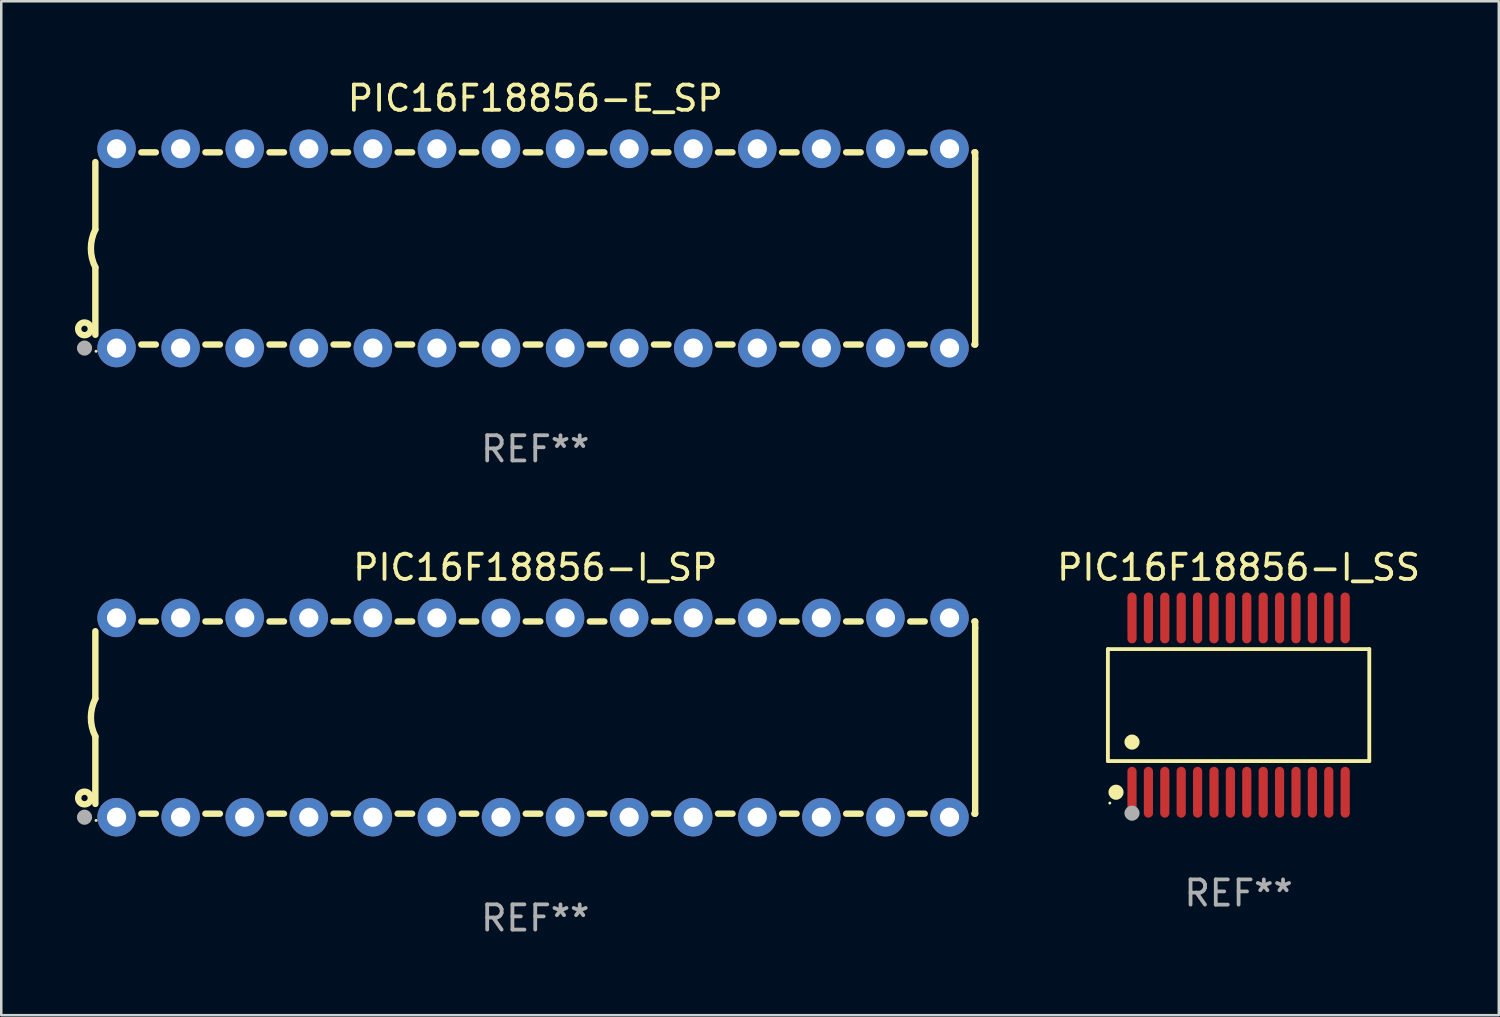
<source format=kicad_pcb>
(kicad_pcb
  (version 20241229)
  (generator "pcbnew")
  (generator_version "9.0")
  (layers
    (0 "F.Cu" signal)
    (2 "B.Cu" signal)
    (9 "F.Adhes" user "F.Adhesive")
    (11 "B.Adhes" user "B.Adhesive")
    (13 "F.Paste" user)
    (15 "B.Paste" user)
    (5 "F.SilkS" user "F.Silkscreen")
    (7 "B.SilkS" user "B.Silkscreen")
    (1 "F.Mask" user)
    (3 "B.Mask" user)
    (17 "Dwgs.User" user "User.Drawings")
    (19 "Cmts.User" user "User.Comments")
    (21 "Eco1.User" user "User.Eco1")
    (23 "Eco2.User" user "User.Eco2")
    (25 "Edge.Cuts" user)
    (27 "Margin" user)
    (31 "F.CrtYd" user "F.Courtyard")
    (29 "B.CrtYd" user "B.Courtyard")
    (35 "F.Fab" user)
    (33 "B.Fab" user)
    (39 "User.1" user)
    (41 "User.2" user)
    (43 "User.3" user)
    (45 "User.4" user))
  (footprint "PIC16F18856-E_SP"
    (layer "F.Cu")
    (at 18.168 6.798)
    (property "Reference" "PIC16F18856-E_SP" (at 0 -5.95 0) (layer "F.SilkS") (effects (font (size 1 1) (thickness 0.15))))
    (attr through_hole)
    (fp_line (start -17.438 0.75) (end -17.438 3.423) (stroke (width 0.254) (type solid)) (layer "F.SilkS"))
    (fp_line (start -17.438 -3.423) (end -17.438 -0.75) (stroke (width 0.254) (type solid)) (layer "F.SilkS"))
    (fp_line (start -15.615 3.81) (end -15.041 3.81) (stroke (width 0.254) (type solid)) (layer "F.SilkS"))
    (fp_line (start -15.041 -3.81) (end -15.614 -3.81) (stroke (width 0.254) (type solid)) (layer "F.SilkS"))
    (fp_line (start -13.075 3.81) (end -12.501 3.81) (stroke (width 0.254) (type solid)) (layer "F.SilkS"))
    (fp_line (start -12.501 -3.81) (end -13.074 -3.81) (stroke (width 0.254) (type solid)) (layer "F.SilkS"))
    (fp_line (start -10.535 3.81) (end -9.961 3.81) (stroke (width 0.254) (type solid)) (layer "F.SilkS"))
    (fp_line (start -9.961 -3.81) (end -10.534 -3.81) (stroke (width 0.254) (type solid)) (layer "F.SilkS"))
    (fp_line (start -7.995 3.81) (end -7.421 3.81) (stroke (width 0.254) (type solid)) (layer "F.SilkS"))
    (fp_line (start -7.421 -3.81) (end -7.995 -3.81) (stroke (width 0.254) (type solid)) (layer "F.SilkS"))
    (fp_line (start -5.455 3.81) (end -4.881 3.81) (stroke (width 0.254) (type solid)) (layer "F.SilkS"))
    (fp_line (start -4.881 -3.81) (end -5.455 -3.81) (stroke (width 0.254) (type solid)) (layer "F.SilkS"))
    (fp_line (start -2.915 3.81) (end -2.341 3.81) (stroke (width 0.254) (type solid)) (layer "F.SilkS"))
    (fp_line (start -2.341 -3.81) (end -2.915 -3.81) (stroke (width 0.254) (type solid)) (layer "F.SilkS"))
    (fp_line (start -0.375 3.81) (end 0.199 3.81) (stroke (width 0.254) (type solid)) (layer "F.SilkS"))
    (fp_line (start 0.199 -3.81) (end -0.375 -3.81) (stroke (width 0.254) (type solid)) (layer "F.SilkS"))
    (fp_line (start 2.165 3.81) (end 2.739 3.81) (stroke (width 0.254) (type solid)) (layer "F.SilkS"))
    (fp_line (start 2.739 -3.81) (end 2.165 -3.81) (stroke (width 0.254) (type solid)) (layer "F.SilkS"))
    (fp_line (start 4.705 3.81) (end 5.279 3.81) (stroke (width 0.254) (type solid)) (layer "F.SilkS"))
    (fp_line (start 5.279 -3.81) (end 4.705 -3.81) (stroke (width 0.254) (type solid)) (layer "F.SilkS"))
    (fp_line (start 7.245 3.81) (end 7.819 3.81) (stroke (width 0.254) (type solid)) (layer "F.SilkS"))
    (fp_line (start 7.819 -3.81) (end 7.245 -3.81) (stroke (width 0.254) (type solid)) (layer "F.SilkS"))
    (fp_line (start 9.785 3.81) (end 10.359 3.81) (stroke (width 0.254) (type solid)) (layer "F.SilkS"))
    (fp_line (start 10.359 -3.81) (end 9.785 -3.81) (stroke (width 0.254) (type solid)) (layer "F.SilkS"))
    (fp_line (start 12.325 3.81) (end 12.899 3.81) (stroke (width 0.254) (type solid)) (layer "F.SilkS"))
    (fp_line (start 12.899 -3.81) (end 12.325 -3.81) (stroke (width 0.254) (type solid)) (layer "F.SilkS"))
    (fp_line (start 14.865 3.81) (end 15.439 3.81) (stroke (width 0.254) (type solid)) (layer "F.SilkS"))
    (fp_line (start 15.439 -3.81) (end 14.865 -3.81) (stroke (width 0.254) (type solid)) (layer "F.SilkS"))
    (fp_line (start 17.405 3.81) (end 17.438 3.81) (stroke (width 0.254) (type solid)) (layer "F.SilkS"))
    (fp_line (start 17.438 -3.81) (end 17.405 -3.81) (stroke (width 0.254) (type solid)) (layer "F.SilkS"))
    (fp_line (start 17.438 -3.556) (end 17.438 -3.81) (stroke (width 0.254) (type solid)) (layer "F.SilkS"))
    (fp_line (start 17.438 3.81) (end 17.438 -3.556) (stroke (width 0.254) (type solid)) (layer "F.SilkS"))
    (fp_arc (start -17.437986 0.749657) (mid -17.614887 -0.000024) (end -17.437783 -0.749657) (stroke (width 0.254001) (type solid)) (layer "F.SilkS"))
    (fp_circle (center -17.868 3.188) (end -17.743 3.188) (stroke (width 0.254) (type solid)) (fill no) (layer "F.SilkS"))
    (fp_circle (center -17.411 4.077) (end -17.381 4.077) (stroke (width 0.06) (type solid)) (fill no) (layer "F.SilkS"))
    (fp_circle (center -17.868 3.95) (end -17.718 3.95) (stroke (width 0.3) (type solid)) (fill no) (layer "F.Fab"))
    (fp_text user "REF**" (at 0 7.95 0) (layer "F.Fab") (effects (font (size 1 1) (thickness 0.15))))
    (pad "1" thru_hole circle (at -16.598 3.95) (size 1.524 1.524) (drill 0.762) (layers "*.Cu" "*.Mask"))
    (pad "2" thru_hole circle (at -14.058 3.95) (size 1.524 1.524) (drill 0.762) (layers "*.Cu" "*.Mask"))
    (pad "3" thru_hole circle (at -11.518 3.95) (size 1.524 1.524) (drill 0.762) (layers "*.Cu" "*.Mask"))
    (pad "4" thru_hole circle (at -8.978 3.95) (size 1.524 1.524) (drill 0.762) (layers "*.Cu" "*.Mask"))
    (pad "5" thru_hole circle (at -6.438 3.95) (size 1.524 1.524) (drill 0.762) (layers "*.Cu" "*.Mask"))
    (pad "6" thru_hole circle (at -3.898 3.95) (size 1.524 1.524) (drill 0.762) (layers "*.Cu" "*.Mask"))
    (pad "7" thru_hole circle (at -1.358 3.95) (size 1.524 1.524) (drill 0.762) (layers "*.Cu" "*.Mask"))
    (pad "8" thru_hole circle (at 1.182 3.95) (size 1.524 1.524) (drill 0.762) (layers "*.Cu" "*.Mask"))
    (pad "9" thru_hole circle (at 3.722 3.95) (size 1.524 1.524) (drill 0.762) (layers "*.Cu" "*.Mask"))
    (pad "10" thru_hole circle (at 6.262 3.95) (size 1.524 1.524) (drill 0.762) (layers "*.Cu" "*.Mask"))
    (pad "11" thru_hole circle (at 8.802 3.95) (size 1.524 1.524) (drill 0.762) (layers "*.Cu" "*.Mask"))
    (pad "12" thru_hole circle (at 11.342 3.95) (size 1.524 1.524) (drill 0.762) (layers "*.Cu" "*.Mask"))
    (pad "13" thru_hole circle (at 13.882 3.95) (size 1.524 1.524) (drill 0.762) (layers "*.Cu" "*.Mask"))
    (pad "14" thru_hole circle (at 16.422 3.95) (size 1.524 1.524) (drill 0.762) (layers "*.Cu" "*.Mask"))
    (pad "15" thru_hole circle (at 16.422 -3.95) (size 1.524 1.524) (drill 0.762) (layers "*.Cu" "*.Mask"))
    (pad "16" thru_hole circle (at 13.882 -3.95) (size 1.524 1.524) (drill 0.762) (layers "*.Cu" "*.Mask"))
    (pad "17" thru_hole circle (at 11.342 -3.95) (size 1.524 1.524) (drill 0.762) (layers "*.Cu" "*.Mask"))
    (pad "18" thru_hole circle (at 8.802 -3.95) (size 1.524 1.524) (drill 0.762) (layers "*.Cu" "*.Mask"))
    (pad "19" thru_hole circle (at 6.262 -3.95) (size 1.524 1.524) (drill 0.762) (layers "*.Cu" "*.Mask"))
    (pad "20" thru_hole circle (at 3.722 -3.95) (size 1.524 1.524) (drill 0.762) (layers "*.Cu" "*.Mask"))
    (pad "21" thru_hole circle (at 1.182 -3.95) (size 1.524 1.524) (drill 0.762) (layers "*.Cu" "*.Mask"))
    (pad "22" thru_hole circle (at -1.358 -3.95) (size 1.524 1.524) (drill 0.762) (layers "*.Cu" "*.Mask"))
    (pad "23" thru_hole circle (at -3.898 -3.95) (size 1.524 1.524) (drill 0.762) (layers "*.Cu" "*.Mask"))
    (pad "24" thru_hole circle (at -6.438 -3.95) (size 1.524 1.524) (drill 0.762) (layers "*.Cu" "*.Mask"))
    (pad "25" thru_hole circle (at -8.978 -3.95) (size 1.524 1.524) (drill 0.762) (layers "*.Cu" "*.Mask"))
    (pad "26" thru_hole circle (at -11.517 -3.95) (size 1.524 1.524) (drill 0.762) (layers "*.Cu" "*.Mask"))
    (pad "27" thru_hole circle (at -14.057 -3.95) (size 1.524 1.524) (drill 0.762) (layers "*.Cu" "*.Mask"))
    (pad "28" thru_hole circle (at -16.597 -3.95) (size 1.524 1.524) (drill 0.762) (layers "*.Cu" "*.Mask")))
  (footprint "PIC16F18856-I_SP"
    (layer "F.Cu")
    (at 18.168 25.395)
    (property "Reference" "PIC16F18856-I_SP" (at 0 -5.95 0) (layer "F.SilkS") (effects (font (size 1 1) (thickness 0.15))))
    (attr through_hole)
    (fp_line (start -17.438 0.75) (end -17.438 3.423) (stroke (width 0.254) (type solid)) (layer "F.SilkS"))
    (fp_line (start -17.438 -3.423) (end -17.438 -0.75) (stroke (width 0.254) (type solid)) (layer "F.SilkS"))
    (fp_line (start -15.615 3.81) (end -15.041 3.81) (stroke (width 0.254) (type solid)) (layer "F.SilkS"))
    (fp_line (start -15.041 -3.81) (end -15.614 -3.81) (stroke (width 0.254) (type solid)) (layer "F.SilkS"))
    (fp_line (start -13.075 3.81) (end -12.501 3.81) (stroke (width 0.254) (type solid)) (layer "F.SilkS"))
    (fp_line (start -12.501 -3.81) (end -13.074 -3.81) (stroke (width 0.254) (type solid)) (layer "F.SilkS"))
    (fp_line (start -10.535 3.81) (end -9.961 3.81) (stroke (width 0.254) (type solid)) (layer "F.SilkS"))
    (fp_line (start -9.961 -3.81) (end -10.534 -3.81) (stroke (width 0.254) (type solid)) (layer "F.SilkS"))
    (fp_line (start -7.995 3.81) (end -7.421 3.81) (stroke (width 0.254) (type solid)) (layer "F.SilkS"))
    (fp_line (start -7.421 -3.81) (end -7.995 -3.81) (stroke (width 0.254) (type solid)) (layer "F.SilkS"))
    (fp_line (start -5.455 3.81) (end -4.881 3.81) (stroke (width 0.254) (type solid)) (layer "F.SilkS"))
    (fp_line (start -4.881 -3.81) (end -5.455 -3.81) (stroke (width 0.254) (type solid)) (layer "F.SilkS"))
    (fp_line (start -2.915 3.81) (end -2.341 3.81) (stroke (width 0.254) (type solid)) (layer "F.SilkS"))
    (fp_line (start -2.341 -3.81) (end -2.915 -3.81) (stroke (width 0.254) (type solid)) (layer "F.SilkS"))
    (fp_line (start -0.375 3.81) (end 0.199 3.81) (stroke (width 0.254) (type solid)) (layer "F.SilkS"))
    (fp_line (start 0.199 -3.81) (end -0.375 -3.81) (stroke (width 0.254) (type solid)) (layer "F.SilkS"))
    (fp_line (start 2.165 3.81) (end 2.739 3.81) (stroke (width 0.254) (type solid)) (layer "F.SilkS"))
    (fp_line (start 2.739 -3.81) (end 2.165 -3.81) (stroke (width 0.254) (type solid)) (layer "F.SilkS"))
    (fp_line (start 4.705 3.81) (end 5.279 3.81) (stroke (width 0.254) (type solid)) (layer "F.SilkS"))
    (fp_line (start 5.279 -3.81) (end 4.705 -3.81) (stroke (width 0.254) (type solid)) (layer "F.SilkS"))
    (fp_line (start 7.245 3.81) (end 7.819 3.81) (stroke (width 0.254) (type solid)) (layer "F.SilkS"))
    (fp_line (start 7.819 -3.81) (end 7.245 -3.81) (stroke (width 0.254) (type solid)) (layer "F.SilkS"))
    (fp_line (start 9.785 3.81) (end 10.359 3.81) (stroke (width 0.254) (type solid)) (layer "F.SilkS"))
    (fp_line (start 10.359 -3.81) (end 9.785 -3.81) (stroke (width 0.254) (type solid)) (layer "F.SilkS"))
    (fp_line (start 12.325 3.81) (end 12.899 3.81) (stroke (width 0.254) (type solid)) (layer "F.SilkS"))
    (fp_line (start 12.899 -3.81) (end 12.325 -3.81) (stroke (width 0.254) (type solid)) (layer "F.SilkS"))
    (fp_line (start 14.865 3.81) (end 15.439 3.81) (stroke (width 0.254) (type solid)) (layer "F.SilkS"))
    (fp_line (start 15.439 -3.81) (end 14.865 -3.81) (stroke (width 0.254) (type solid)) (layer "F.SilkS"))
    (fp_line (start 17.405 3.81) (end 17.438 3.81) (stroke (width 0.254) (type solid)) (layer "F.SilkS"))
    (fp_line (start 17.438 -3.81) (end 17.405 -3.81) (stroke (width 0.254) (type solid)) (layer "F.SilkS"))
    (fp_line (start 17.438 -3.556) (end 17.438 -3.81) (stroke (width 0.254) (type solid)) (layer "F.SilkS"))
    (fp_line (start 17.438 3.81) (end 17.438 -3.556) (stroke (width 0.254) (type solid)) (layer "F.SilkS"))
    (fp_arc (start -17.437986 0.749657) (mid -17.614887 -0.000024) (end -17.437783 -0.749657) (stroke (width 0.254001) (type solid)) (layer "F.SilkS"))
    (fp_circle (center -17.868 3.188) (end -17.743 3.188) (stroke (width 0.254) (type solid)) (fill no) (layer "F.SilkS"))
    (fp_circle (center -17.411 4.077) (end -17.381 4.077) (stroke (width 0.06) (type solid)) (fill no) (layer "F.SilkS"))
    (fp_circle (center -17.868 3.95) (end -17.718 3.95) (stroke (width 0.3) (type solid)) (fill no) (layer "F.Fab"))
    (fp_text user "REF**" (at 0 7.95 0) (layer "F.Fab") (effects (font (size 1 1) (thickness 0.15))))
    (pad "1" thru_hole circle (at -16.598 3.95) (size 1.524 1.524) (drill 0.762) (layers "*.Cu" "*.Mask"))
    (pad "2" thru_hole circle (at -14.058 3.95) (size 1.524 1.524) (drill 0.762) (layers "*.Cu" "*.Mask"))
    (pad "3" thru_hole circle (at -11.518 3.95) (size 1.524 1.524) (drill 0.762) (layers "*.Cu" "*.Mask"))
    (pad "4" thru_hole circle (at -8.978 3.95) (size 1.524 1.524) (drill 0.762) (layers "*.Cu" "*.Mask"))
    (pad "5" thru_hole circle (at -6.438 3.95) (size 1.524 1.524) (drill 0.762) (layers "*.Cu" "*.Mask"))
    (pad "6" thru_hole circle (at -3.898 3.95) (size 1.524 1.524) (drill 0.762) (layers "*.Cu" "*.Mask"))
    (pad "7" thru_hole circle (at -1.358 3.95) (size 1.524 1.524) (drill 0.762) (layers "*.Cu" "*.Mask"))
    (pad "8" thru_hole circle (at 1.182 3.95) (size 1.524 1.524) (drill 0.762) (layers "*.Cu" "*.Mask"))
    (pad "9" thru_hole circle (at 3.722 3.95) (size 1.524 1.524) (drill 0.762) (layers "*.Cu" "*.Mask"))
    (pad "10" thru_hole circle (at 6.262 3.95) (size 1.524 1.524) (drill 0.762) (layers "*.Cu" "*.Mask"))
    (pad "11" thru_hole circle (at 8.802 3.95) (size 1.524 1.524) (drill 0.762) (layers "*.Cu" "*.Mask"))
    (pad "12" thru_hole circle (at 11.342 3.95) (size 1.524 1.524) (drill 0.762) (layers "*.Cu" "*.Mask"))
    (pad "13" thru_hole circle (at 13.882 3.95) (size 1.524 1.524) (drill 0.762) (layers "*.Cu" "*.Mask"))
    (pad "14" thru_hole circle (at 16.422 3.95) (size 1.524 1.524) (drill 0.762) (layers "*.Cu" "*.Mask"))
    (pad "15" thru_hole circle (at 16.422 -3.95) (size 1.524 1.524) (drill 0.762) (layers "*.Cu" "*.Mask"))
    (pad "16" thru_hole circle (at 13.882 -3.95) (size 1.524 1.524) (drill 0.762) (layers "*.Cu" "*.Mask"))
    (pad "17" thru_hole circle (at 11.342 -3.95) (size 1.524 1.524) (drill 0.762) (layers "*.Cu" "*.Mask"))
    (pad "18" thru_hole circle (at 8.802 -3.95) (size 1.524 1.524) (drill 0.762) (layers "*.Cu" "*.Mask"))
    (pad "19" thru_hole circle (at 6.262 -3.95) (size 1.524 1.524) (drill 0.762) (layers "*.Cu" "*.Mask"))
    (pad "20" thru_hole circle (at 3.722 -3.95) (size 1.524 1.524) (drill 0.762) (layers "*.Cu" "*.Mask"))
    (pad "21" thru_hole circle (at 1.182 -3.95) (size 1.524 1.524) (drill 0.762) (layers "*.Cu" "*.Mask"))
    (pad "22" thru_hole circle (at -1.358 -3.95) (size 1.524 1.524) (drill 0.762) (layers "*.Cu" "*.Mask"))
    (pad "23" thru_hole circle (at -3.898 -3.95) (size 1.524 1.524) (drill 0.762) (layers "*.Cu" "*.Mask"))
    (pad "24" thru_hole circle (at -6.438 -3.95) (size 1.524 1.524) (drill 0.762) (layers "*.Cu" "*.Mask"))
    (pad "25" thru_hole circle (at -8.978 -3.95) (size 1.524 1.524) (drill 0.762) (layers "*.Cu" "*.Mask"))
    (pad "26" thru_hole circle (at -11.517 -3.95) (size 1.524 1.524) (drill 0.762) (layers "*.Cu" "*.Mask"))
    (pad "27" thru_hole circle (at -14.057 -3.95) (size 1.524 1.524) (drill 0.762) (layers "*.Cu" "*.Mask"))
    (pad "28" thru_hole circle (at -16.597 -3.95) (size 1.524 1.524) (drill 0.762) (layers "*.Cu" "*.Mask")))
  (footprint "PIC16F18856-I_SS"
    (layer "F.Cu")
    (at 46.049 24.9)
    (property "Reference" "PIC16F18856-I_SS" (at 0 -5.455 0) (layer "F.SilkS") (effects (font (size 1 1) (thickness 0.15))))
    (attr through_hole)
    (fp_line (start -5.181 -2.219) (end 5.181 -2.219) (stroke (width 0.152) (type solid)) (layer "F.SilkS"))
    (fp_line (start -5.181 2.219) (end -5.181 -2.219) (stroke (width 0.152) (type solid)) (layer "F.SilkS"))
    (fp_line (start 5.181 -2.219) (end 5.181 2.219) (stroke (width 0.152) (type solid)) (layer "F.SilkS"))
    (fp_line (start 5.181 2.219) (end -5.181 2.219) (stroke (width 0.152) (type solid)) (layer "F.SilkS"))
    (fp_circle (center -5.105 3.885) (end -5.075 3.885) (stroke (width 0.06) (type solid)) (fill no) (layer "F.SilkS"))
    (fp_circle (center -4.859 3.455) (end -4.709 3.455) (stroke (width 0.3) (type solid)) (fill no) (layer "F.SilkS"))
    (fp_circle (center -4.225 1.467) (end -4.075 1.467) (stroke (width 0.3) (type solid)) (fill no) (layer "F.SilkS"))
    (fp_circle (center -4.225 4.285) (end -4.075 4.285) (stroke (width 0.3) (type solid)) (fill no) (layer "F.Fab"))
    (fp_text user "REF**" (at 0 7.455 0) (layer "F.Fab") (effects (font (size 1 1) (thickness 0.15))))
    (pad "1" smd oval (at -4.225 3.455) (size 0.364 2.015) (layers "F.Cu" "F.Mask" "F.Paste"))
    (pad "2" smd oval (at -3.575 3.455) (size 0.364 2.015) (layers "F.Cu" "F.Mask" "F.Paste"))
    (pad "3" smd oval (at -2.925 3.455) (size 0.364 2.015) (layers "F.Cu" "F.Mask" "F.Paste"))
    (pad "4" smd oval (at -2.275 3.455) (size 0.364 2.015) (layers "F.Cu" "F.Mask" "F.Paste"))
    (pad "5" smd oval (at -1.625 3.455) (size 0.364 2.015) (layers "F.Cu" "F.Mask" "F.Paste"))
    (pad "6" smd oval (at -0.975 3.455) (size 0.364 2.015) (layers "F.Cu" "F.Mask" "F.Paste"))
    (pad "7" smd oval (at -0.325 3.455) (size 0.364 2.015) (layers "F.Cu" "F.Mask" "F.Paste"))
    (pad "8" smd oval (at 0.325 3.455) (size 0.364 2.015) (layers "F.Cu" "F.Mask" "F.Paste"))
    (pad "9" smd oval (at 0.975 3.455) (size 0.364 2.015) (layers "F.Cu" "F.Mask" "F.Paste"))
    (pad "10" smd oval (at 1.625 3.455) (size 0.364 2.015) (layers "F.Cu" "F.Mask" "F.Paste"))
    (pad "11" smd oval (at 2.275 3.455) (size 0.364 2.015) (layers "F.Cu" "F.Mask" "F.Paste"))
    (pad "12" smd oval (at 2.925 3.455) (size 0.364 2.015) (layers "F.Cu" "F.Mask" "F.Paste"))
    (pad "13" smd oval (at 3.575 3.455) (size 0.364 2.015) (layers "F.Cu" "F.Mask" "F.Paste"))
    (pad "14" smd oval (at 4.225 3.455) (size 0.364 2.015) (layers "F.Cu" "F.Mask" "F.Paste"))
    (pad "15" smd oval (at 4.225 -3.455) (size 0.364 2.015) (layers "F.Cu" "F.Mask" "F.Paste"))
    (pad "16" smd oval (at 3.575 -3.455) (size 0.364 2.015) (layers "F.Cu" "F.Mask" "F.Paste"))
    (pad "17" smd oval (at 2.925 -3.455) (size 0.364 2.015) (layers "F.Cu" "F.Mask" "F.Paste"))
    (pad "18" smd oval (at 2.275 -3.455) (size 0.364 2.015) (layers "F.Cu" "F.Mask" "F.Paste"))
    (pad "19" smd oval (at 1.625 -3.455) (size 0.364 2.015) (layers "F.Cu" "F.Mask" "F.Paste"))
    (pad "20" smd oval (at 0.975 -3.455) (size 0.364 2.015) (layers "F.Cu" "F.Mask" "F.Paste"))
    (pad "21" smd oval (at 0.325 -3.455) (size 0.364 2.015) (layers "F.Cu" "F.Mask" "F.Paste"))
    (pad "22" smd oval (at -0.325 -3.455) (size 0.364 2.015) (layers "F.Cu" "F.Mask" "F.Paste"))
    (pad "23" smd oval (at -0.975 -3.455) (size 0.364 2.015) (layers "F.Cu" "F.Mask" "F.Paste"))
    (pad "24" smd oval (at -1.625 -3.455) (size 0.364 2.015) (layers "F.Cu" "F.Mask" "F.Paste"))
    (pad "25" smd oval (at -2.275 -3.455) (size 0.364 2.015) (layers "F.Cu" "F.Mask" "F.Paste"))
    (pad "26" smd oval (at -2.925 -3.455) (size 0.364 2.015) (layers "F.Cu" "F.Mask" "F.Paste"))
    (pad "27" smd oval (at -3.575 -3.455) (size 0.364 2.015) (layers "F.Cu" "F.Mask" "F.Paste"))
    (pad "28" smd oval (at -4.225 -3.455) (size 0.364 2.015) (layers "F.Cu" "F.Mask" "F.Paste")))
  (gr_rect
    (start -3 -3)
    (end 56.364 37.193)
    (stroke (width 0.1) (type default))
    (fill no)
    (layer "Edge.Cuts")))
</source>
